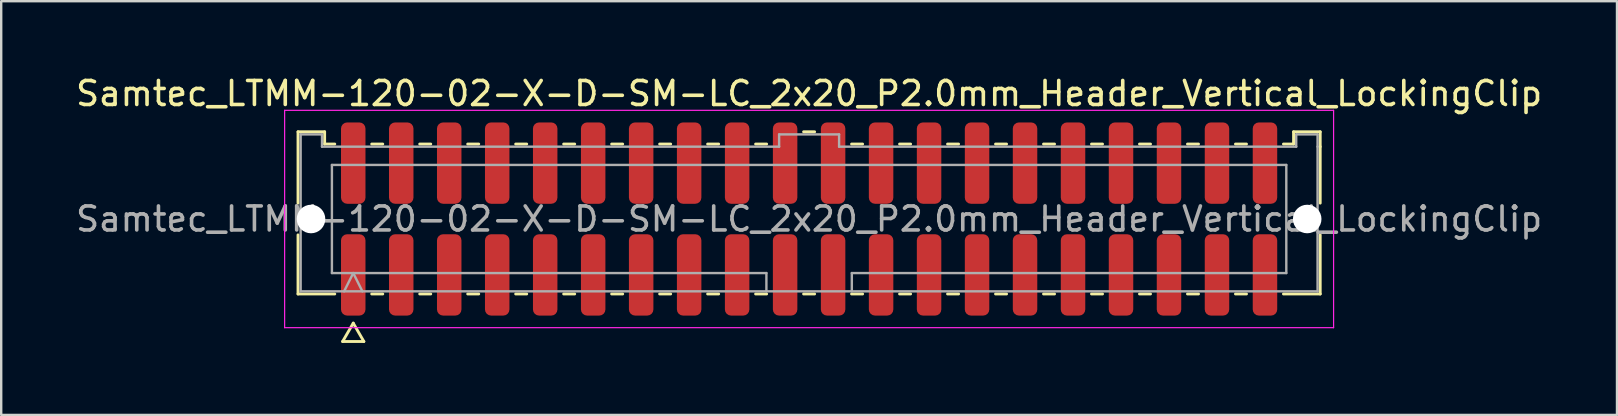
<source format=kicad_pcb>
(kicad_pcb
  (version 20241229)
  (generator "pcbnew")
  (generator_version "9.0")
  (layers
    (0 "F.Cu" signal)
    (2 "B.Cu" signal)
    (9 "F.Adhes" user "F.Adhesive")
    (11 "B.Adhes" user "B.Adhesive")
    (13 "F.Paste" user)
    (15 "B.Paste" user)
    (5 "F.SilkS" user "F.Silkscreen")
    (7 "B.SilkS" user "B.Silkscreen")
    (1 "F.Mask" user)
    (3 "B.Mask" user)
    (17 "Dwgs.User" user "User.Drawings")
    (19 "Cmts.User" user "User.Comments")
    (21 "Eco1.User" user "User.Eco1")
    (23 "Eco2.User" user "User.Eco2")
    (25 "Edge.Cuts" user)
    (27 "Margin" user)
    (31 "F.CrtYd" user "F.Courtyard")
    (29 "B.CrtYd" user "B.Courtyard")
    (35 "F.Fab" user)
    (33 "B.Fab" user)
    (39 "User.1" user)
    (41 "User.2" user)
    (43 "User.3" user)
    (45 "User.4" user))
  (footprint "Samtec_LTMM-120-02-X-D-SM-LC_2x20_P2.0mm_Header_Vertical_LockingClip"
    (layer "F.Cu")
    (at 30.673 6.078)
    (property "Reference" "Samtec_LTMM-120-02-X-D-SM-LC_2x20_P2.0mm_Header_Vertical_LockingClip" (at 0 -5.23 0) (layer "F.SilkS") (effects (font (size 1 1) (thickness 0.15))))
    (attr smd)
    (fp_line (start -21.302 -3.635) (end -20.192 -3.635) (stroke (width 0.12) (type solid)) (layer "F.SilkS"))
    (fp_line (start -21.302 -0.662) (end -21.302 -3.635) (stroke (width 0.12) (type solid)) (layer "F.SilkS"))
    (fp_line (start -21.302 3.125) (end -21.302 0.662) (stroke (width 0.12) (type solid)) (layer "F.SilkS"))
    (fp_line (start -20.192 -3.635) (end -20.192 -3.125) (stroke (width 0.12) (type solid)) (layer "F.SilkS"))
    (fp_line (start -20.192 -3.125) (end -19.77 -3.125) (stroke (width 0.12) (type solid)) (layer "F.SilkS"))
    (fp_line (start -19.77 3.125) (end -21.302 3.125) (stroke (width 0.12) (type solid)) (layer "F.SilkS"))
    (fp_line (start -19.442 5.105) (end -19 4.34) (stroke (width 0.12) (type solid)) (layer "F.SilkS"))
    (fp_line (start -19 4.34) (end -18.558 5.105) (stroke (width 0.12) (type solid)) (layer "F.SilkS"))
    (fp_line (start -18.558 5.105) (end -19.442 5.105) (stroke (width 0.12) (type solid)) (layer "F.SilkS"))
    (fp_line (start -18.23 -3.125) (end -17.77 -3.125) (stroke (width 0.12) (type solid)) (layer "F.SilkS"))
    (fp_line (start -17.77 3.125) (end -18.23 3.125) (stroke (width 0.12) (type solid)) (layer "F.SilkS"))
    (fp_line (start -16.23 -3.125) (end -15.77 -3.125) (stroke (width 0.12) (type solid)) (layer "F.SilkS"))
    (fp_line (start -15.77 3.125) (end -16.23 3.125) (stroke (width 0.12) (type solid)) (layer "F.SilkS"))
    (fp_line (start -14.23 -3.125) (end -13.77 -3.125) (stroke (width 0.12) (type solid)) (layer "F.SilkS"))
    (fp_line (start -13.77 3.125) (end -14.23 3.125) (stroke (width 0.12) (type solid)) (layer "F.SilkS"))
    (fp_line (start -12.23 -3.125) (end -11.77 -3.125) (stroke (width 0.12) (type solid)) (layer "F.SilkS"))
    (fp_line (start -11.77 3.125) (end -12.23 3.125) (stroke (width 0.12) (type solid)) (layer "F.SilkS"))
    (fp_line (start -10.23 -3.125) (end -9.77 -3.125) (stroke (width 0.12) (type solid)) (layer "F.SilkS"))
    (fp_line (start -9.77 3.125) (end -10.23 3.125) (stroke (width 0.12) (type solid)) (layer "F.SilkS"))
    (fp_line (start -8.23 -3.125) (end -7.77 -3.125) (stroke (width 0.12) (type solid)) (layer "F.SilkS"))
    (fp_line (start -7.77 3.125) (end -8.23 3.125) (stroke (width 0.12) (type solid)) (layer "F.SilkS"))
    (fp_line (start -6.23 -3.125) (end -5.77 -3.125) (stroke (width 0.12) (type solid)) (layer "F.SilkS"))
    (fp_line (start -5.77 3.125) (end -6.23 3.125) (stroke (width 0.12) (type solid)) (layer "F.SilkS"))
    (fp_line (start -4.23 -3.125) (end -3.77 -3.125) (stroke (width 0.12) (type solid)) (layer "F.SilkS"))
    (fp_line (start -3.77 3.125) (end -4.23 3.125) (stroke (width 0.12) (type solid)) (layer "F.SilkS"))
    (fp_line (start -2.23 -3.125) (end -1.77 -3.125) (stroke (width 0.12) (type solid)) (layer "F.SilkS"))
    (fp_line (start -1.77 3.125) (end -2.23 3.125) (stroke (width 0.12) (type solid)) (layer "F.SilkS"))
    (fp_line (start -0.23 -3.635) (end 0.23 -3.635) (stroke (width 0.12) (type solid)) (layer "F.SilkS"))
    (fp_line (start 0.23 3.125) (end -0.23 3.125) (stroke (width 0.12) (type solid)) (layer "F.SilkS"))
    (fp_line (start 1.77 -3.125) (end 2.23 -3.125) (stroke (width 0.12) (type solid)) (layer "F.SilkS"))
    (fp_line (start 2.23 3.125) (end 1.77 3.125) (stroke (width 0.12) (type solid)) (layer "F.SilkS"))
    (fp_line (start 3.77 -3.125) (end 4.23 -3.125) (stroke (width 0.12) (type solid)) (layer "F.SilkS"))
    (fp_line (start 4.23 3.125) (end 3.77 3.125) (stroke (width 0.12) (type solid)) (layer "F.SilkS"))
    (fp_line (start 5.77 -3.125) (end 6.23 -3.125) (stroke (width 0.12) (type solid)) (layer "F.SilkS"))
    (fp_line (start 6.23 3.125) (end 5.77 3.125) (stroke (width 0.12) (type solid)) (layer "F.SilkS"))
    (fp_line (start 7.77 -3.125) (end 8.23 -3.125) (stroke (width 0.12) (type solid)) (layer "F.SilkS"))
    (fp_line (start 8.23 3.125) (end 7.77 3.125) (stroke (width 0.12) (type solid)) (layer "F.SilkS"))
    (fp_line (start 9.77 -3.125) (end 10.23 -3.125) (stroke (width 0.12) (type solid)) (layer "F.SilkS"))
    (fp_line (start 10.23 3.125) (end 9.77 3.125) (stroke (width 0.12) (type solid)) (layer "F.SilkS"))
    (fp_line (start 11.77 -3.125) (end 12.23 -3.125) (stroke (width 0.12) (type solid)) (layer "F.SilkS"))
    (fp_line (start 12.23 3.125) (end 11.77 3.125) (stroke (width 0.12) (type solid)) (layer "F.SilkS"))
    (fp_line (start 13.77 -3.125) (end 14.23 -3.125) (stroke (width 0.12) (type solid)) (layer "F.SilkS"))
    (fp_line (start 14.23 3.125) (end 13.77 3.125) (stroke (width 0.12) (type solid)) (layer "F.SilkS"))
    (fp_line (start 15.77 -3.125) (end 16.23 -3.125) (stroke (width 0.12) (type solid)) (layer "F.SilkS"))
    (fp_line (start 16.23 3.125) (end 15.77 3.125) (stroke (width 0.12) (type solid)) (layer "F.SilkS"))
    (fp_line (start 17.77 -3.125) (end 18.23 -3.125) (stroke (width 0.12) (type solid)) (layer "F.SilkS"))
    (fp_line (start 18.23 3.125) (end 17.77 3.125) (stroke (width 0.12) (type solid)) (layer "F.SilkS"))
    (fp_line (start 19.77 -3.125) (end 20.192 -3.125) (stroke (width 0.12) (type solid)) (layer "F.SilkS"))
    (fp_line (start 20.192 -3.635) (end 21.302 -3.635) (stroke (width 0.12) (type solid)) (layer "F.SilkS"))
    (fp_line (start 20.192 -3.125) (end 20.192 -3.635) (stroke (width 0.12) (type solid)) (layer "F.SilkS"))
    (fp_line (start 21.302 -3.635) (end 21.302 -3.015) (stroke (width 0.12) (type solid)) (layer "F.SilkS"))
    (fp_line (start 21.302 -3.015) (end 21.302 -0.662) (stroke (width 0.12) (type solid)) (layer "F.SilkS"))
    (fp_line (start 21.302 0.662) (end 21.302 3.125) (stroke (width 0.12) (type solid)) (layer "F.SilkS"))
    (fp_line (start 21.302 3.125) (end 19.77 3.125) (stroke (width 0.12) (type solid)) (layer "F.SilkS"))
    (fp_line (start -21.86 -4.53) (end -21.86 4.53) (stroke (width 0.05) (type solid)) (layer "F.CrtYd"))
    (fp_line (start -21.86 4.53) (end 21.86 4.53) (stroke (width 0.05) (type solid)) (layer "F.CrtYd"))
    (fp_line (start 21.86 -4.53) (end -21.86 -4.53) (stroke (width 0.05) (type solid)) (layer "F.CrtYd"))
    (fp_line (start 21.86 4.53) (end 21.86 -4.53) (stroke (width 0.05) (type solid)) (layer "F.CrtYd"))
    (fp_line (start -21.192 -3.525) (end -20.302 -3.525) (stroke (width 0.1) (type solid)) (layer "F.Fab"))
    (fp_line (start -21.192 3.015) (end -21.192 -3.525) (stroke (width 0.1) (type solid)) (layer "F.Fab"))
    (fp_line (start -20.302 -3.525) (end -20.302 -3.015) (stroke (width 0.1) (type solid)) (layer "F.Fab"))
    (fp_line (start -20.302 -3.015) (end -1.25 -3.015) (stroke (width 0.1) (type solid)) (layer "F.Fab"))
    (fp_line (start -19.889 -2.253) (end 19.889 -2.253) (stroke (width 0.1) (type solid)) (layer "F.Fab"))
    (fp_line (start -19.889 2.253) (end -19.889 -2.253) (stroke (width 0.1) (type solid)) (layer "F.Fab"))
    (fp_line (start -19.381 3.015) (end -19 2.253) (stroke (width 0.1) (type solid)) (layer "F.Fab"))
    (fp_line (start -19 2.253) (end -18.619 3.015) (stroke (width 0.1) (type solid)) (layer "F.Fab"))
    (fp_line (start -1.78 2.253) (end -19.889 2.253) (stroke (width 0.1) (type solid)) (layer "F.Fab"))
    (fp_line (start -1.78 3.015) (end -1.78 2.253) (stroke (width 0.1) (type solid)) (layer "F.Fab"))
    (fp_line (start -1.25 -3.525) (end 1.25 -3.525) (stroke (width 0.1) (type solid)) (layer "F.Fab"))
    (fp_line (start -1.25 -3.015) (end -1.25 -3.525) (stroke (width 0.1) (type solid)) (layer "F.Fab"))
    (fp_line (start 1.25 -3.525) (end 1.25 -3.015) (stroke (width 0.1) (type solid)) (layer "F.Fab"))
    (fp_line (start 1.25 -3.015) (end 20.302 -3.015) (stroke (width 0.1) (type solid)) (layer "F.Fab"))
    (fp_line (start 1.78 2.253) (end 1.78 3.015) (stroke (width 0.1) (type solid)) (layer "F.Fab"))
    (fp_line (start 19.889 -2.253) (end 19.889 2.253) (stroke (width 0.1) (type solid)) (layer "F.Fab"))
    (fp_line (start 19.889 2.253) (end 1.78 2.253) (stroke (width 0.1) (type solid)) (layer "F.Fab"))
    (fp_line (start 20.302 -3.525) (end 21.192 -3.525) (stroke (width 0.1) (type solid)) (layer "F.Fab"))
    (fp_line (start 20.302 -3.015) (end 20.302 -3.525) (stroke (width 0.1) (type solid)) (layer "F.Fab"))
    (fp_line (start 21.192 -3.525) (end 21.192 -3.015) (stroke (width 0.1) (type solid)) (layer "F.Fab"))
    (fp_line (start 21.192 -3.015) (end 21.192 3.015) (stroke (width 0.1) (type solid)) (layer "F.Fab"))
    (fp_line (start 21.192 3.015) (end -21.192 3.015) (stroke (width 0.1) (type solid)) (layer "F.Fab"))
    (fp_text user "${REFERENCE}" (at 0 0 0) (layer "F.Fab") (effects (font (size 1 1) (thickness 0.15))))
    (pad "" np_thru_hole circle (at -20.76 0) (size 1.19 1.19) (drill 1.19) (layers "*.Cu" "*.Mask"))
    (pad "" np_thru_hole circle (at 20.76 0) (size 1.19 1.19) (drill 1.19) (layers "*.Cu" "*.Mask"))
    (pad "1" smd roundrect (at -19 2.33) (size 1.02 3.39) (layers "F.Cu" "F.Mask" "F.Paste") (roundrect_rratio 0.25))
    (pad "2" smd roundrect (at -19 -2.33) (size 1.02 3.39) (layers "F.Cu" "F.Mask" "F.Paste") (roundrect_rratio 0.25))
    (pad "3" smd roundrect (at -17 2.33) (size 1.02 3.39) (layers "F.Cu" "F.Mask" "F.Paste") (roundrect_rratio 0.25))
    (pad "4" smd roundrect (at -17 -2.33) (size 1.02 3.39) (layers "F.Cu" "F.Mask" "F.Paste") (roundrect_rratio 0.25))
    (pad "5" smd roundrect (at -15 2.33) (size 1.02 3.39) (layers "F.Cu" "F.Mask" "F.Paste") (roundrect_rratio 0.25))
    (pad "6" smd roundrect (at -15 -2.33) (size 1.02 3.39) (layers "F.Cu" "F.Mask" "F.Paste") (roundrect_rratio 0.25))
    (pad "7" smd roundrect (at -13 2.33) (size 1.02 3.39) (layers "F.Cu" "F.Mask" "F.Paste") (roundrect_rratio 0.25))
    (pad "8" smd roundrect (at -13 -2.33) (size 1.02 3.39) (layers "F.Cu" "F.Mask" "F.Paste") (roundrect_rratio 0.25))
    (pad "9" smd roundrect (at -11 2.33) (size 1.02 3.39) (layers "F.Cu" "F.Mask" "F.Paste") (roundrect_rratio 0.25))
    (pad "10" smd roundrect (at -11 -2.33) (size 1.02 3.39) (layers "F.Cu" "F.Mask" "F.Paste") (roundrect_rratio 0.25))
    (pad "11" smd roundrect (at -9 2.33) (size 1.02 3.39) (layers "F.Cu" "F.Mask" "F.Paste") (roundrect_rratio 0.25))
    (pad "12" smd roundrect (at -9 -2.33) (size 1.02 3.39) (layers "F.Cu" "F.Mask" "F.Paste") (roundrect_rratio 0.25))
    (pad "13" smd roundrect (at -7 2.33) (size 1.02 3.39) (layers "F.Cu" "F.Mask" "F.Paste") (roundrect_rratio 0.25))
    (pad "14" smd roundrect (at -7 -2.33) (size 1.02 3.39) (layers "F.Cu" "F.Mask" "F.Paste") (roundrect_rratio 0.25))
    (pad "15" smd roundrect (at -5 2.33) (size 1.02 3.39) (layers "F.Cu" "F.Mask" "F.Paste") (roundrect_rratio 0.25))
    (pad "16" smd roundrect (at -5 -2.33) (size 1.02 3.39) (layers "F.Cu" "F.Mask" "F.Paste") (roundrect_rratio 0.25))
    (pad "17" smd roundrect (at -3 2.33) (size 1.02 3.39) (layers "F.Cu" "F.Mask" "F.Paste") (roundrect_rratio 0.25))
    (pad "18" smd roundrect (at -3 -2.33) (size 1.02 3.39) (layers "F.Cu" "F.Mask" "F.Paste") (roundrect_rratio 0.25))
    (pad "19" smd roundrect (at -1 2.33) (size 1.02 3.39) (layers "F.Cu" "F.Mask" "F.Paste") (roundrect_rratio 0.25))
    (pad "20" smd roundrect (at -1 -2.33) (size 1.02 3.39) (layers "F.Cu" "F.Mask" "F.Paste") (roundrect_rratio 0.25))
    (pad "21" smd roundrect (at 1 2.33) (size 1.02 3.39) (layers "F.Cu" "F.Mask" "F.Paste") (roundrect_rratio 0.25))
    (pad "22" smd roundrect (at 1 -2.33) (size 1.02 3.39) (layers "F.Cu" "F.Mask" "F.Paste") (roundrect_rratio 0.25))
    (pad "23" smd roundrect (at 3 2.33) (size 1.02 3.39) (layers "F.Cu" "F.Mask" "F.Paste") (roundrect_rratio 0.25))
    (pad "24" smd roundrect (at 3 -2.33) (size 1.02 3.39) (layers "F.Cu" "F.Mask" "F.Paste") (roundrect_rratio 0.25))
    (pad "25" smd roundrect (at 5 2.33) (size 1.02 3.39) (layers "F.Cu" "F.Mask" "F.Paste") (roundrect_rratio 0.25))
    (pad "26" smd roundrect (at 5 -2.33) (size 1.02 3.39) (layers "F.Cu" "F.Mask" "F.Paste") (roundrect_rratio 0.25))
    (pad "27" smd roundrect (at 7 2.33) (size 1.02 3.39) (layers "F.Cu" "F.Mask" "F.Paste") (roundrect_rratio 0.25))
    (pad "28" smd roundrect (at 7 -2.33) (size 1.02 3.39) (layers "F.Cu" "F.Mask" "F.Paste") (roundrect_rratio 0.25))
    (pad "29" smd roundrect (at 9 2.33) (size 1.02 3.39) (layers "F.Cu" "F.Mask" "F.Paste") (roundrect_rratio 0.25))
    (pad "30" smd roundrect (at 9 -2.33) (size 1.02 3.39) (layers "F.Cu" "F.Mask" "F.Paste") (roundrect_rratio 0.25))
    (pad "31" smd roundrect (at 11 2.33) (size 1.02 3.39) (layers "F.Cu" "F.Mask" "F.Paste") (roundrect_rratio 0.25))
    (pad "32" smd roundrect (at 11 -2.33) (size 1.02 3.39) (layers "F.Cu" "F.Mask" "F.Paste") (roundrect_rratio 0.25))
    (pad "33" smd roundrect (at 13 2.33) (size 1.02 3.39) (layers "F.Cu" "F.Mask" "F.Paste") (roundrect_rratio 0.25))
    (pad "34" smd roundrect (at 13 -2.33) (size 1.02 3.39) (layers "F.Cu" "F.Mask" "F.Paste") (roundrect_rratio 0.25))
    (pad "35" smd roundrect (at 15 2.33) (size 1.02 3.39) (layers "F.Cu" "F.Mask" "F.Paste") (roundrect_rratio 0.25))
    (pad "36" smd roundrect (at 15 -2.33) (size 1.02 3.39) (layers "F.Cu" "F.Mask" "F.Paste") (roundrect_rratio 0.25))
    (pad "37" smd roundrect (at 17 2.33) (size 1.02 3.39) (layers "F.Cu" "F.Mask" "F.Paste") (roundrect_rratio 0.25))
    (pad "38" smd roundrect (at 17 -2.33) (size 1.02 3.39) (layers "F.Cu" "F.Mask" "F.Paste") (roundrect_rratio 0.25))
    (pad "39" smd roundrect (at 19 2.33) (size 1.02 3.39) (layers "F.Cu" "F.Mask" "F.Paste") (roundrect_rratio 0.25))
    (pad "40" smd roundrect (at 19 -2.33) (size 1.02 3.39) (layers "F.Cu" "F.Mask" "F.Paste") (roundrect_rratio 0.25)))
  (gr_rect
    (start -3 -3)
    (end 64.345 14.243)
    (stroke (width 0.1) (type default))
    (fill no)
    (layer "Edge.Cuts")))
</source>
